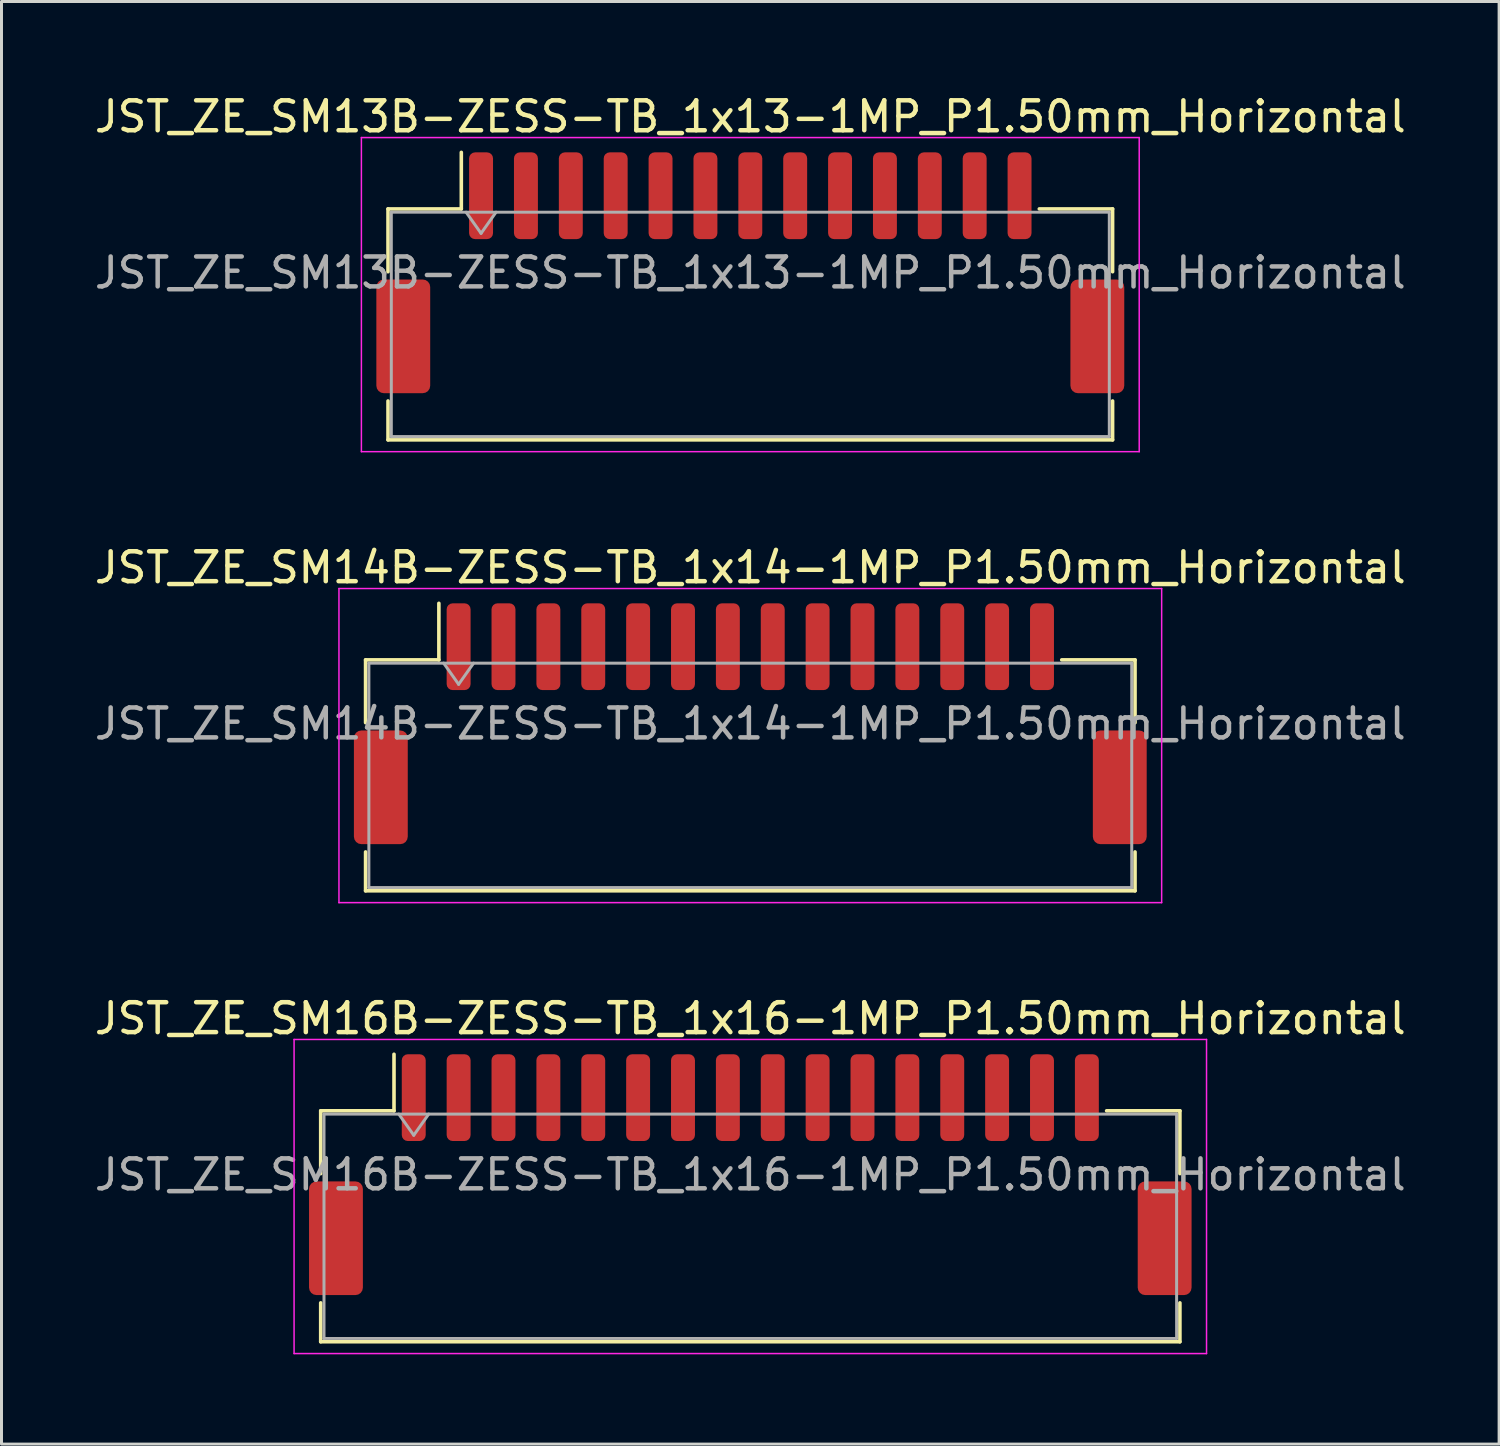
<source format=kicad_pcb>
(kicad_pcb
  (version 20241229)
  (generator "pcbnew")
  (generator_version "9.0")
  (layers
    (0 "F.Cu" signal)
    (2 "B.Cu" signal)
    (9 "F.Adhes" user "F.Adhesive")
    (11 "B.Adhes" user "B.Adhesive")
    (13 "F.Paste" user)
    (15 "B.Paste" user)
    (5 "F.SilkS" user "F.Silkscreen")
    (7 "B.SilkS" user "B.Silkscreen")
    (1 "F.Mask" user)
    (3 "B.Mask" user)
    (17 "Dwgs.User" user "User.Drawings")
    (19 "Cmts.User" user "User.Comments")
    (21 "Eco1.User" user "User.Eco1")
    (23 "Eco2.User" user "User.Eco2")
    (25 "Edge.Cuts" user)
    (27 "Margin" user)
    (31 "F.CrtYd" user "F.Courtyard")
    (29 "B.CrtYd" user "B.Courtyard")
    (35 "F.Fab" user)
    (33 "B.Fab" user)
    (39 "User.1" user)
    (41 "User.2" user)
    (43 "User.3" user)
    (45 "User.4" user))
  (footprint "JST_ZE_SM16B-ZESS-TB_1x16-1MP_P1.50mm_Horizontal"
    (layer "F.Cu")
    (at 22.03 36.215)
    (property "Reference" "JST_ZE_SM16B-ZESS-TB_1x16-1MP_P1.50mm_Horizontal" (at 0 -5.22 0) (layer "F.SilkS") (effects (font (size 1 1) (thickness 0.15))))
    (attr smd)
    (fp_line (start -14.36 -2.135) (end -11.91 -2.135) (stroke (width 0.12) (type solid)) (layer "F.SilkS"))
    (fp_line (start -14.36 -0.035) (end -14.36 -2.135) (stroke (width 0.12) (type solid)) (layer "F.SilkS"))
    (fp_line (start -14.36 4.285) (end -14.36 5.585) (stroke (width 0.12) (type solid)) (layer "F.SilkS"))
    (fp_line (start -14.36 5.585) (end 14.36 5.585) (stroke (width 0.12) (type solid)) (layer "F.SilkS"))
    (fp_line (start -11.91 -2.135) (end -11.91 -4.025) (stroke (width 0.12) (type solid)) (layer "F.SilkS"))
    (fp_line (start 14.36 -2.135) (end 11.91 -2.135) (stroke (width 0.12) (type solid)) (layer "F.SilkS"))
    (fp_line (start 14.36 -0.035) (end 14.36 -2.135) (stroke (width 0.12) (type solid)) (layer "F.SilkS"))
    (fp_line (start 14.36 5.585) (end 14.36 4.285) (stroke (width 0.12) (type solid)) (layer "F.SilkS"))
    (fp_line (start -15.25 -4.52) (end -15.25 5.98) (stroke (width 0.05) (type solid)) (layer "F.CrtYd"))
    (fp_line (start -15.25 5.98) (end 15.25 5.98) (stroke (width 0.05) (type solid)) (layer "F.CrtYd"))
    (fp_line (start 15.25 -4.52) (end -15.25 -4.52) (stroke (width 0.05) (type solid)) (layer "F.CrtYd"))
    (fp_line (start 15.25 5.98) (end 15.25 -4.52) (stroke (width 0.05) (type solid)) (layer "F.CrtYd"))
    (fp_line (start -14.25 -2.025) (end -14.25 5.475) (stroke (width 0.1) (type solid)) (layer "F.Fab"))
    (fp_line (start -14.25 -2.025) (end 14.25 -2.025) (stroke (width 0.1) (type solid)) (layer "F.Fab"))
    (fp_line (start -14.25 5.475) (end 14.25 5.475) (stroke (width 0.1) (type solid)) (layer "F.Fab"))
    (fp_line (start -11.75 -2.025) (end -11.25 -1.318) (stroke (width 0.1) (type solid)) (layer "F.Fab"))
    (fp_line (start -11.25 -1.318) (end -10.75 -2.025) (stroke (width 0.1) (type solid)) (layer "F.Fab"))
    (fp_line (start 14.25 -2.025) (end 14.25 5.475) (stroke (width 0.1) (type solid)) (layer "F.Fab"))
    (fp_text user "${REFERENCE}" (at 0 0 0) (layer "F.Fab") (effects (font (size 1 1) (thickness 0.15))))
    (pad "1" smd roundrect (at -11.25 -2.575) (size 0.8 2.9) (layers "F.Cu" "F.Mask" "F.Paste") (roundrect_rratio 0.25))
    (pad "2" smd roundrect (at -9.75 -2.575) (size 0.8 2.9) (layers "F.Cu" "F.Mask" "F.Paste") (roundrect_rratio 0.25))
    (pad "3" smd roundrect (at -8.25 -2.575) (size 0.8 2.9) (layers "F.Cu" "F.Mask" "F.Paste") (roundrect_rratio 0.25))
    (pad "4" smd roundrect (at -6.75 -2.575) (size 0.8 2.9) (layers "F.Cu" "F.Mask" "F.Paste") (roundrect_rratio 0.25))
    (pad "5" smd roundrect (at -5.25 -2.575) (size 0.8 2.9) (layers "F.Cu" "F.Mask" "F.Paste") (roundrect_rratio 0.25))
    (pad "6" smd roundrect (at -3.75 -2.575) (size 0.8 2.9) (layers "F.Cu" "F.Mask" "F.Paste") (roundrect_rratio 0.25))
    (pad "7" smd roundrect (at -2.25 -2.575) (size 0.8 2.9) (layers "F.Cu" "F.Mask" "F.Paste") (roundrect_rratio 0.25))
    (pad "8" smd roundrect (at -0.75 -2.575) (size 0.8 2.9) (layers "F.Cu" "F.Mask" "F.Paste") (roundrect_rratio 0.25))
    (pad "9" smd roundrect (at 0.75 -2.575) (size 0.8 2.9) (layers "F.Cu" "F.Mask" "F.Paste") (roundrect_rratio 0.25))
    (pad "10" smd roundrect (at 2.25 -2.575) (size 0.8 2.9) (layers "F.Cu" "F.Mask" "F.Paste") (roundrect_rratio 0.25))
    (pad "11" smd roundrect (at 3.75 -2.575) (size 0.8 2.9) (layers "F.Cu" "F.Mask" "F.Paste") (roundrect_rratio 0.25))
    (pad "12" smd roundrect (at 5.25 -2.575) (size 0.8 2.9) (layers "F.Cu" "F.Mask" "F.Paste") (roundrect_rratio 0.25))
    (pad "13" smd roundrect (at 6.75 -2.575) (size 0.8 2.9) (layers "F.Cu" "F.Mask" "F.Paste") (roundrect_rratio 0.25))
    (pad "14" smd roundrect (at 8.25 -2.575) (size 0.8 2.9) (layers "F.Cu" "F.Mask" "F.Paste") (roundrect_rratio 0.25))
    (pad "15" smd roundrect (at 9.75 -2.575) (size 0.8 2.9) (layers "F.Cu" "F.Mask" "F.Paste") (roundrect_rratio 0.25))
    (pad "16" smd roundrect (at 11.25 -2.575) (size 0.8 2.9) (layers "F.Cu" "F.Mask" "F.Paste") (roundrect_rratio 0.25))
    (pad "MP" smd roundrect (at -13.85 2.125) (size 1.8 3.8) (layers "F.Cu" "F.Mask" "F.Paste") (roundrect_rratio 0.139))
    (pad "MP" smd roundrect (at 13.85 2.125) (size 1.8 3.8) (layers "F.Cu" "F.Mask" "F.Paste") (roundrect_rratio 0.139)))
  (footprint "JST_ZE_SM13B-ZESS-TB_1x13-1MP_P1.50mm_Horizontal"
    (layer "F.Cu")
    (at 22.03 6.068)
    (property "Reference" "JST_ZE_SM13B-ZESS-TB_1x13-1MP_P1.50mm_Horizontal" (at 0 -5.22 0) (layer "F.SilkS") (effects (font (size 1 1) (thickness 0.15))))
    (attr smd)
    (fp_line (start -12.11 -2.135) (end -9.66 -2.135) (stroke (width 0.12) (type solid)) (layer "F.SilkS"))
    (fp_line (start -12.11 -0.035) (end -12.11 -2.135) (stroke (width 0.12) (type solid)) (layer "F.SilkS"))
    (fp_line (start -12.11 4.285) (end -12.11 5.585) (stroke (width 0.12) (type solid)) (layer "F.SilkS"))
    (fp_line (start -12.11 5.585) (end 12.11 5.585) (stroke (width 0.12) (type solid)) (layer "F.SilkS"))
    (fp_line (start -9.66 -2.135) (end -9.66 -4.025) (stroke (width 0.12) (type solid)) (layer "F.SilkS"))
    (fp_line (start 12.11 -2.135) (end 9.66 -2.135) (stroke (width 0.12) (type solid)) (layer "F.SilkS"))
    (fp_line (start 12.11 -0.035) (end 12.11 -2.135) (stroke (width 0.12) (type solid)) (layer "F.SilkS"))
    (fp_line (start 12.11 5.585) (end 12.11 4.285) (stroke (width 0.12) (type solid)) (layer "F.SilkS"))
    (fp_line (start -13 -4.52) (end -13 5.98) (stroke (width 0.05) (type solid)) (layer "F.CrtYd"))
    (fp_line (start -13 5.98) (end 13 5.98) (stroke (width 0.05) (type solid)) (layer "F.CrtYd"))
    (fp_line (start 13 -4.52) (end -13 -4.52) (stroke (width 0.05) (type solid)) (layer "F.CrtYd"))
    (fp_line (start 13 5.98) (end 13 -4.52) (stroke (width 0.05) (type solid)) (layer "F.CrtYd"))
    (fp_line (start -12 -2.025) (end -12 5.475) (stroke (width 0.1) (type solid)) (layer "F.Fab"))
    (fp_line (start -12 -2.025) (end 12 -2.025) (stroke (width 0.1) (type solid)) (layer "F.Fab"))
    (fp_line (start -12 5.475) (end 12 5.475) (stroke (width 0.1) (type solid)) (layer "F.Fab"))
    (fp_line (start -9.5 -2.025) (end -9 -1.318) (stroke (width 0.1) (type solid)) (layer "F.Fab"))
    (fp_line (start -9 -1.318) (end -8.5 -2.025) (stroke (width 0.1) (type solid)) (layer "F.Fab"))
    (fp_line (start 12 -2.025) (end 12 5.475) (stroke (width 0.1) (type solid)) (layer "F.Fab"))
    (fp_text user "${REFERENCE}" (at 0 0 0) (layer "F.Fab") (effects (font (size 1 1) (thickness 0.15))))
    (pad "1" smd roundrect (at -9 -2.575) (size 0.8 2.9) (layers "F.Cu" "F.Mask" "F.Paste") (roundrect_rratio 0.25))
    (pad "2" smd roundrect (at -7.5 -2.575) (size 0.8 2.9) (layers "F.Cu" "F.Mask" "F.Paste") (roundrect_rratio 0.25))
    (pad "3" smd roundrect (at -6 -2.575) (size 0.8 2.9) (layers "F.Cu" "F.Mask" "F.Paste") (roundrect_rratio 0.25))
    (pad "4" smd roundrect (at -4.5 -2.575) (size 0.8 2.9) (layers "F.Cu" "F.Mask" "F.Paste") (roundrect_rratio 0.25))
    (pad "5" smd roundrect (at -3 -2.575) (size 0.8 2.9) (layers "F.Cu" "F.Mask" "F.Paste") (roundrect_rratio 0.25))
    (pad "6" smd roundrect (at -1.5 -2.575) (size 0.8 2.9) (layers "F.Cu" "F.Mask" "F.Paste") (roundrect_rratio 0.25))
    (pad "7" smd roundrect (at 0 -2.575) (size 0.8 2.9) (layers "F.Cu" "F.Mask" "F.Paste") (roundrect_rratio 0.25))
    (pad "8" smd roundrect (at 1.5 -2.575) (size 0.8 2.9) (layers "F.Cu" "F.Mask" "F.Paste") (roundrect_rratio 0.25))
    (pad "9" smd roundrect (at 3 -2.575) (size 0.8 2.9) (layers "F.Cu" "F.Mask" "F.Paste") (roundrect_rratio 0.25))
    (pad "10" smd roundrect (at 4.5 -2.575) (size 0.8 2.9) (layers "F.Cu" "F.Mask" "F.Paste") (roundrect_rratio 0.25))
    (pad "11" smd roundrect (at 6 -2.575) (size 0.8 2.9) (layers "F.Cu" "F.Mask" "F.Paste") (roundrect_rratio 0.25))
    (pad "12" smd roundrect (at 7.5 -2.575) (size 0.8 2.9) (layers "F.Cu" "F.Mask" "F.Paste") (roundrect_rratio 0.25))
    (pad "13" smd roundrect (at 9 -2.575) (size 0.8 2.9) (layers "F.Cu" "F.Mask" "F.Paste") (roundrect_rratio 0.25))
    (pad "MP" smd roundrect (at -11.6 2.125) (size 1.8 3.8) (layers "F.Cu" "F.Mask" "F.Paste") (roundrect_rratio 0.139))
    (pad "MP" smd roundrect (at 11.6 2.125) (size 1.8 3.8) (layers "F.Cu" "F.Mask" "F.Paste") (roundrect_rratio 0.139)))
  (footprint "JST_ZE_SM14B-ZESS-TB_1x14-1MP_P1.50mm_Horizontal"
    (layer "F.Cu")
    (at 22.03 21.142)
    (property "Reference" "JST_ZE_SM14B-ZESS-TB_1x14-1MP_P1.50mm_Horizontal" (at 0 -5.22 0) (layer "F.SilkS") (effects (font (size 1 1) (thickness 0.15))))
    (attr smd)
    (fp_line (start -12.86 -2.135) (end -10.41 -2.135) (stroke (width 0.12) (type solid)) (layer "F.SilkS"))
    (fp_line (start -12.86 -0.035) (end -12.86 -2.135) (stroke (width 0.12) (type solid)) (layer "F.SilkS"))
    (fp_line (start -12.86 4.285) (end -12.86 5.585) (stroke (width 0.12) (type solid)) (layer "F.SilkS"))
    (fp_line (start -12.86 5.585) (end 12.86 5.585) (stroke (width 0.12) (type solid)) (layer "F.SilkS"))
    (fp_line (start -10.41 -2.135) (end -10.41 -4.025) (stroke (width 0.12) (type solid)) (layer "F.SilkS"))
    (fp_line (start 12.86 -2.135) (end 10.41 -2.135) (stroke (width 0.12) (type solid)) (layer "F.SilkS"))
    (fp_line (start 12.86 -0.035) (end 12.86 -2.135) (stroke (width 0.12) (type solid)) (layer "F.SilkS"))
    (fp_line (start 12.86 5.585) (end 12.86 4.285) (stroke (width 0.12) (type solid)) (layer "F.SilkS"))
    (fp_line (start -13.75 -4.52) (end -13.75 5.98) (stroke (width 0.05) (type solid)) (layer "F.CrtYd"))
    (fp_line (start -13.75 5.98) (end 13.75 5.98) (stroke (width 0.05) (type solid)) (layer "F.CrtYd"))
    (fp_line (start 13.75 -4.52) (end -13.75 -4.52) (stroke (width 0.05) (type solid)) (layer "F.CrtYd"))
    (fp_line (start 13.75 5.98) (end 13.75 -4.52) (stroke (width 0.05) (type solid)) (layer "F.CrtYd"))
    (fp_line (start -12.75 -2.025) (end -12.75 5.475) (stroke (width 0.1) (type solid)) (layer "F.Fab"))
    (fp_line (start -12.75 -2.025) (end 12.75 -2.025) (stroke (width 0.1) (type solid)) (layer "F.Fab"))
    (fp_line (start -12.75 5.475) (end 12.75 5.475) (stroke (width 0.1) (type solid)) (layer "F.Fab"))
    (fp_line (start -10.25 -2.025) (end -9.75 -1.318) (stroke (width 0.1) (type solid)) (layer "F.Fab"))
    (fp_line (start -9.75 -1.318) (end -9.25 -2.025) (stroke (width 0.1) (type solid)) (layer "F.Fab"))
    (fp_line (start 12.75 -2.025) (end 12.75 5.475) (stroke (width 0.1) (type solid)) (layer "F.Fab"))
    (fp_text user "${REFERENCE}" (at 0 0 0) (layer "F.Fab") (effects (font (size 1 1) (thickness 0.15))))
    (pad "1" smd roundrect (at -9.75 -2.575) (size 0.8 2.9) (layers "F.Cu" "F.Mask" "F.Paste") (roundrect_rratio 0.25))
    (pad "2" smd roundrect (at -8.25 -2.575) (size 0.8 2.9) (layers "F.Cu" "F.Mask" "F.Paste") (roundrect_rratio 0.25))
    (pad "3" smd roundrect (at -6.75 -2.575) (size 0.8 2.9) (layers "F.Cu" "F.Mask" "F.Paste") (roundrect_rratio 0.25))
    (pad "4" smd roundrect (at -5.25 -2.575) (size 0.8 2.9) (layers "F.Cu" "F.Mask" "F.Paste") (roundrect_rratio 0.25))
    (pad "5" smd roundrect (at -3.75 -2.575) (size 0.8 2.9) (layers "F.Cu" "F.Mask" "F.Paste") (roundrect_rratio 0.25))
    (pad "6" smd roundrect (at -2.25 -2.575) (size 0.8 2.9) (layers "F.Cu" "F.Mask" "F.Paste") (roundrect_rratio 0.25))
    (pad "7" smd roundrect (at -0.75 -2.575) (size 0.8 2.9) (layers "F.Cu" "F.Mask" "F.Paste") (roundrect_rratio 0.25))
    (pad "8" smd roundrect (at 0.75 -2.575) (size 0.8 2.9) (layers "F.Cu" "F.Mask" "F.Paste") (roundrect_rratio 0.25))
    (pad "9" smd roundrect (at 2.25 -2.575) (size 0.8 2.9) (layers "F.Cu" "F.Mask" "F.Paste") (roundrect_rratio 0.25))
    (pad "10" smd roundrect (at 3.75 -2.575) (size 0.8 2.9) (layers "F.Cu" "F.Mask" "F.Paste") (roundrect_rratio 0.25))
    (pad "11" smd roundrect (at 5.25 -2.575) (size 0.8 2.9) (layers "F.Cu" "F.Mask" "F.Paste") (roundrect_rratio 0.25))
    (pad "12" smd roundrect (at 6.75 -2.575) (size 0.8 2.9) (layers "F.Cu" "F.Mask" "F.Paste") (roundrect_rratio 0.25))
    (pad "13" smd roundrect (at 8.25 -2.575) (size 0.8 2.9) (layers "F.Cu" "F.Mask" "F.Paste") (roundrect_rratio 0.25))
    (pad "14" smd roundrect (at 9.75 -2.575) (size 0.8 2.9) (layers "F.Cu" "F.Mask" "F.Paste") (roundrect_rratio 0.25))
    (pad "MP" smd roundrect (at -12.35 2.125) (size 1.8 3.8) (layers "F.Cu" "F.Mask" "F.Paste") (roundrect_rratio 0.139))
    (pad "MP" smd roundrect (at 12.35 2.125) (size 1.8 3.8) (layers "F.Cu" "F.Mask" "F.Paste") (roundrect_rratio 0.139)))
  (gr_rect
    (start -3 -3)
    (end 47.06 45.22)
    (stroke (width 0.1) (type default))
    (fill no)
    (layer "Edge.Cuts")))
</source>
